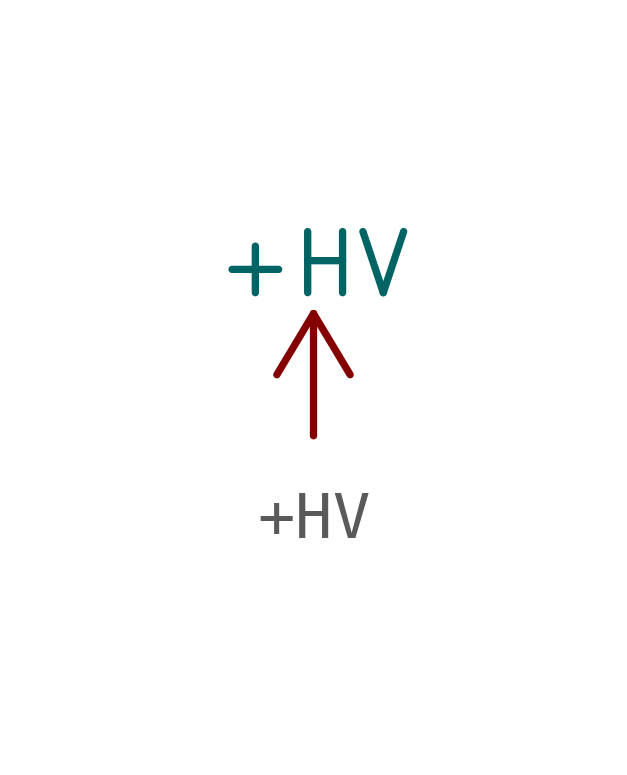
<source format=kicad_sym>
(kicad_symbol_lib
  (version 20211014)
  (generator kicad_symbol_editor)
  (symbol "+HV"
    (power)
    (pin_names
      (offset 0))
    (property "Reference" "#PWR"
      (at 0 -3.81 0)
      (effects (font (size 1.27 1.27)) hide))
    (property "Value" "+HV"
      (at 0 3.556 0)
      (effects (font (size 1.27 1.27))))
    (symbol "+HV_0_1"
      (polyline (pts (xy -0.762 1.27) (xy 0 2.54)) (stroke (width 0) (type default) (color 0 0 0 0)) (fill (type none)))
      (polyline (pts (xy 0 0) (xy 0 2.54)) (stroke (width 0) (type default) (color 0 0 0 0)) (fill (type none)))
      (polyline (pts (xy 0 2.54) (xy 0.762 1.27)) (stroke (width 0) (type default) (color 0 0 0 0)) (fill (type none))))
    (symbol "+HV_1_1"
      (pin power_in line (at 0 0 90) (length 0) hide (name "+HV" (effects (font (size 1.27 1.27)))) (number "1" (effects (font (size 1.27 1.27))))))))
</source>
